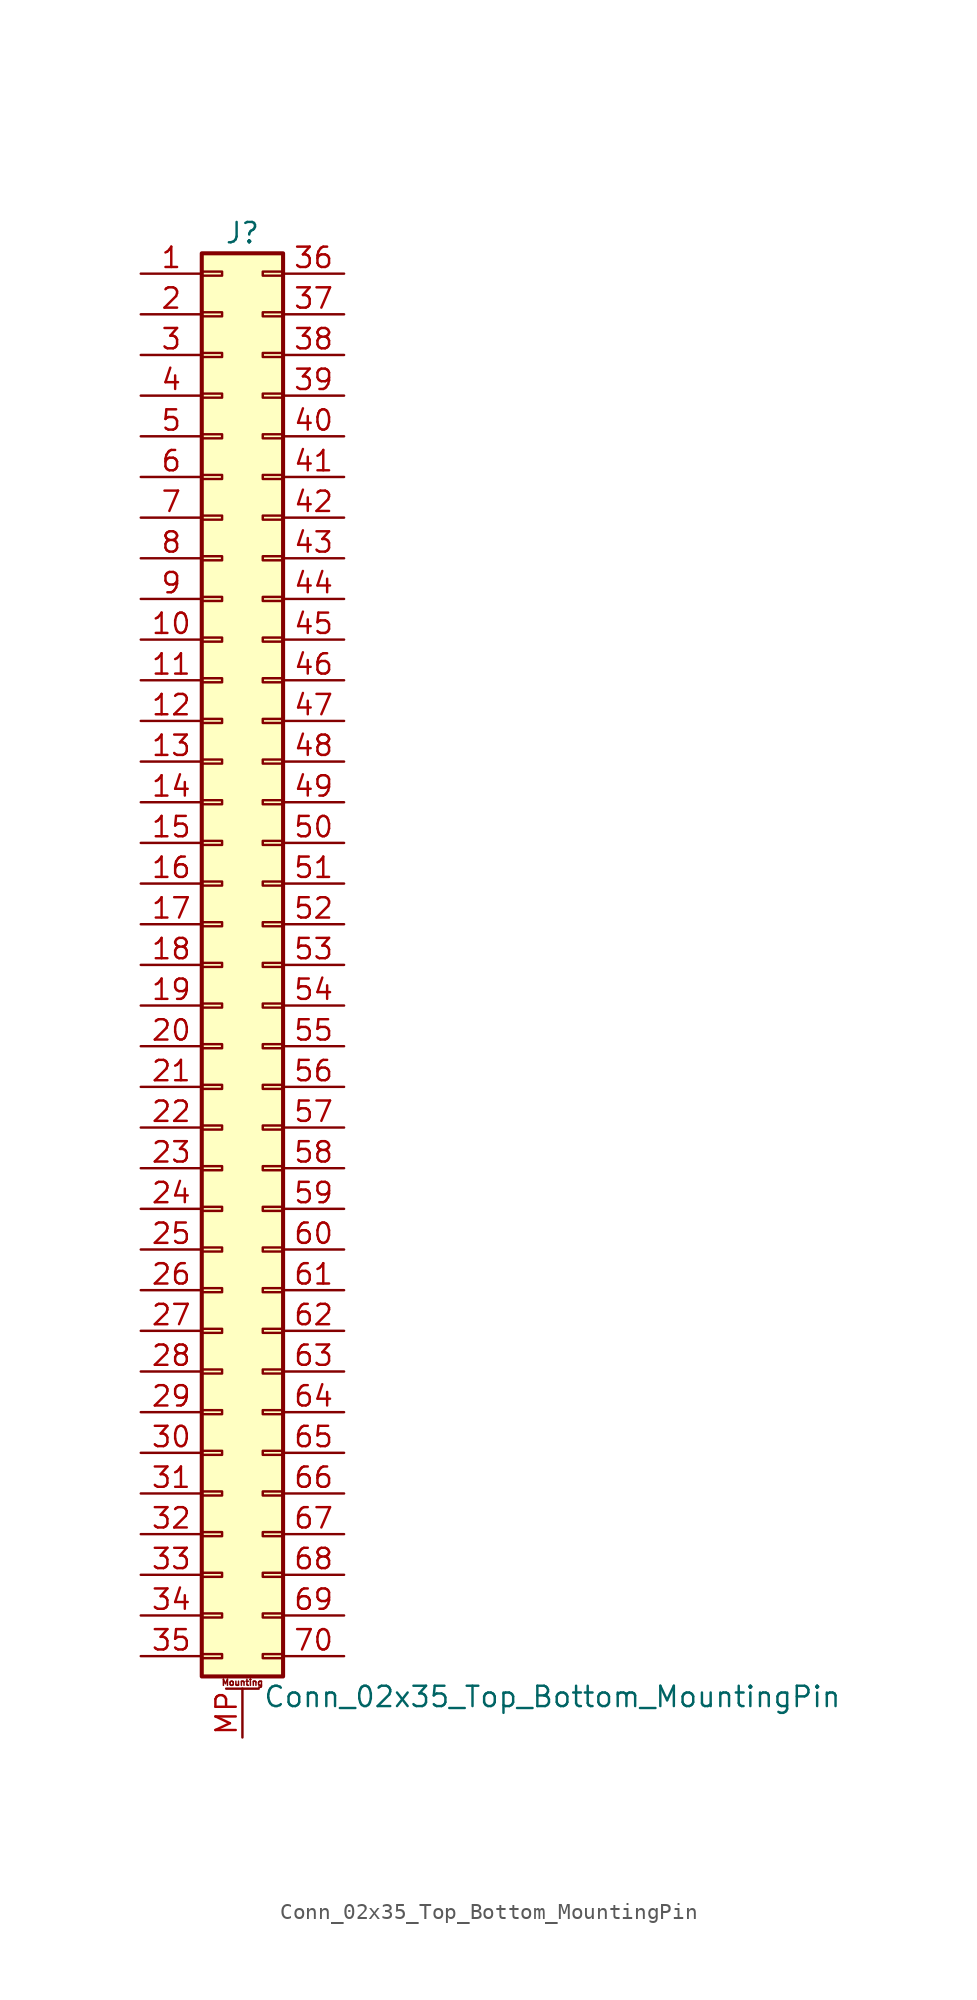
<source format=kicad_sym>
(kicad_symbol_lib
  (version 20201005)
  (generator kicad_symbol_editor)
  (symbol "Conn_02x35_Top_Bottom_MountingPin"
    (pin_names
      (offset 1.016) hide)
    (property "Reference" "J"
      (at 1.27 45.72 0)
      (effects (font (size 1.27 1.27))))
    (property "Value" "Conn_02x35_Top_Bottom_MountingPin"
      (at 2.54 -45.72 0)
      (effects (font (size 1.27 1.27)) (justify left)))
    (symbol "Conn_02x35_Top_Bottom_MountingPin_1_1"
      (text "Mounting" (at 1.27 -44.831 0) (effects (font (size 0.381 0.381))))
      (rectangle (start -1.27 -43.053) (end 0 -43.307) (stroke (width 0.152)) (fill (type none)))
      (rectangle (start -1.27 -40.513) (end 0 -40.767) (stroke (width 0.152)) (fill (type none)))
      (rectangle (start -1.27 -37.973) (end 0 -38.227) (stroke (width 0.152)) (fill (type none)))
      (rectangle (start -1.27 -35.433) (end 0 -35.687) (stroke (width 0.152)) (fill (type none)))
      (rectangle (start -1.27 -32.893) (end 0 -33.147) (stroke (width 0.152)) (fill (type none)))
      (rectangle (start -1.27 -30.353) (end 0 -30.607) (stroke (width 0.152)) (fill (type none)))
      (rectangle (start -1.27 -27.813) (end 0 -28.067) (stroke (width 0.152)) (fill (type none)))
      (rectangle (start -1.27 -25.273) (end 0 -25.527) (stroke (width 0.152)) (fill (type none)))
      (rectangle (start -1.27 -22.733) (end 0 -22.987) (stroke (width 0.152)) (fill (type none)))
      (rectangle (start -1.27 -20.193) (end 0 -20.447) (stroke (width 0.152)) (fill (type none)))
      (rectangle (start -1.27 -17.653) (end 0 -17.907) (stroke (width 0.152)) (fill (type none)))
      (rectangle (start -1.27 -15.113) (end 0 -15.367) (stroke (width 0.152)) (fill (type none)))
      (rectangle (start -1.27 -12.573) (end 0 -12.827) (stroke (width 0.152)) (fill (type none)))
      (rectangle (start -1.27 -10.033) (end 0 -10.287) (stroke (width 0.152)) (fill (type none)))
      (rectangle (start -1.27 -7.493) (end 0 -7.747) (stroke (width 0.152)) (fill (type none)))
      (rectangle (start -1.27 -4.953) (end 0 -5.207) (stroke (width 0.152)) (fill (type none)))
      (rectangle (start -1.27 -2.413) (end 0 -2.667) (stroke (width 0.152)) (fill (type none)))
      (rectangle (start -1.27 0.127) (end 0 -0.127) (stroke (width 0.152)) (fill (type none)))
      (rectangle (start -1.27 2.667) (end 0 2.413) (stroke (width 0.152)) (fill (type none)))
      (rectangle (start -1.27 5.207) (end 0 4.953) (stroke (width 0.152)) (fill (type none)))
      (rectangle (start -1.27 7.747) (end 0 7.493) (stroke (width 0.152)) (fill (type none)))
      (rectangle (start -1.27 10.287) (end 0 10.033) (stroke (width 0.152)) (fill (type none)))
      (rectangle (start -1.27 12.827) (end 0 12.573) (stroke (width 0.152)) (fill (type none)))
      (rectangle (start -1.27 15.367) (end 0 15.113) (stroke (width 0.152)) (fill (type none)))
      (rectangle (start -1.27 17.907) (end 0 17.653) (stroke (width 0.152)) (fill (type none)))
      (rectangle (start -1.27 20.447) (end 0 20.193) (stroke (width 0.152)) (fill (type none)))
      (rectangle (start -1.27 22.987) (end 0 22.733) (stroke (width 0.152)) (fill (type none)))
      (rectangle (start -1.27 25.527) (end 0 25.273) (stroke (width 0.152)) (fill (type none)))
      (rectangle (start -1.27 28.067) (end 0 27.813) (stroke (width 0.152)) (fill (type none)))
      (rectangle (start -1.27 30.607) (end 0 30.353) (stroke (width 0.152)) (fill (type none)))
      (rectangle (start -1.27 33.147) (end 0 32.893) (stroke (width 0.152)) (fill (type none)))
      (rectangle (start -1.27 35.687) (end 0 35.433) (stroke (width 0.152)) (fill (type none)))
      (rectangle (start -1.27 38.227) (end 0 37.973) (stroke (width 0.152)) (fill (type none)))
      (rectangle (start -1.27 40.767) (end 0 40.513) (stroke (width 0.152)) (fill (type none)))
      (rectangle (start -1.27 43.307) (end 0 43.053) (stroke (width 0.152)) (fill (type none)))
      (rectangle (start 3.81 -43.053) (end 2.54 -43.307) (stroke (width 0.152)) (fill (type none)))
      (rectangle (start 3.81 -40.513) (end 2.54 -40.767) (stroke (width 0.152)) (fill (type none)))
      (rectangle (start 3.81 -37.973) (end 2.54 -38.227) (stroke (width 0.152)) (fill (type none)))
      (rectangle (start 3.81 -35.433) (end 2.54 -35.687) (stroke (width 0.152)) (fill (type none)))
      (rectangle (start 3.81 -32.893) (end 2.54 -33.147) (stroke (width 0.152)) (fill (type none)))
      (rectangle (start 3.81 -30.353) (end 2.54 -30.607) (stroke (width 0.152)) (fill (type none)))
      (rectangle (start 3.81 -27.813) (end 2.54 -28.067) (stroke (width 0.152)) (fill (type none)))
      (rectangle (start 3.81 -25.273) (end 2.54 -25.527) (stroke (width 0.152)) (fill (type none)))
      (rectangle (start 3.81 -22.733) (end 2.54 -22.987) (stroke (width 0.152)) (fill (type none)))
      (rectangle (start 3.81 -20.193) (end 2.54 -20.447) (stroke (width 0.152)) (fill (type none)))
      (rectangle (start 3.81 -17.653) (end 2.54 -17.907) (stroke (width 0.152)) (fill (type none)))
      (rectangle (start 3.81 -15.113) (end 2.54 -15.367) (stroke (width 0.152)) (fill (type none)))
      (rectangle (start 3.81 -12.573) (end 2.54 -12.827) (stroke (width 0.152)) (fill (type none)))
      (rectangle (start 3.81 -10.033) (end 2.54 -10.287) (stroke (width 0.152)) (fill (type none)))
      (rectangle (start 3.81 -7.493) (end 2.54 -7.747) (stroke (width 0.152)) (fill (type none)))
      (rectangle (start 3.81 -4.953) (end 2.54 -5.207) (stroke (width 0.152)) (fill (type none)))
      (rectangle (start 3.81 -2.413) (end 2.54 -2.667) (stroke (width 0.152)) (fill (type none)))
      (rectangle (start 3.81 0.127) (end 2.54 -0.127) (stroke (width 0.152)) (fill (type none)))
      (rectangle (start 3.81 2.667) (end 2.54 2.413) (stroke (width 0.152)) (fill (type none)))
      (rectangle (start 3.81 5.207) (end 2.54 4.953) (stroke (width 0.152)) (fill (type none)))
      (rectangle (start 3.81 7.747) (end 2.54 7.493) (stroke (width 0.152)) (fill (type none)))
      (rectangle (start 3.81 10.287) (end 2.54 10.033) (stroke (width 0.152)) (fill (type none)))
      (rectangle (start 3.81 12.827) (end 2.54 12.573) (stroke (width 0.152)) (fill (type none)))
      (rectangle (start 3.81 15.367) (end 2.54 15.113) (stroke (width 0.152)) (fill (type none)))
      (rectangle (start 3.81 17.907) (end 2.54 17.653) (stroke (width 0.152)) (fill (type none)))
      (rectangle (start 3.81 20.447) (end 2.54 20.193) (stroke (width 0.152)) (fill (type none)))
      (rectangle (start 3.81 22.987) (end 2.54 22.733) (stroke (width 0.152)) (fill (type none)))
      (rectangle (start 3.81 25.527) (end 2.54 25.273) (stroke (width 0.152)) (fill (type none)))
      (rectangle (start 3.81 28.067) (end 2.54 27.813) (stroke (width 0.152)) (fill (type none)))
      (rectangle (start 3.81 30.607) (end 2.54 30.353) (stroke (width 0.152)) (fill (type none)))
      (rectangle (start 3.81 33.147) (end 2.54 32.893) (stroke (width 0.152)) (fill (type none)))
      (rectangle (start 3.81 35.687) (end 2.54 35.433) (stroke (width 0.152)) (fill (type none)))
      (rectangle (start 3.81 38.227) (end 2.54 37.973) (stroke (width 0.152)) (fill (type none)))
      (rectangle (start 3.81 40.767) (end 2.54 40.513) (stroke (width 0.152)) (fill (type none)))
      (rectangle (start 3.81 43.307) (end 2.54 43.053) (stroke (width 0.152)) (fill (type none)))
      (rectangle (start -1.27 44.45) (end 3.81 -44.45) (stroke (width 0.254)) (fill (type background)))
      (polyline (pts (xy 0.254 -45.212) (xy 2.286 -45.212)) (stroke (width 0.152)) (fill (type none)))
      (pin passive line (at -5.08 43.18 0) (length 3.81) (name "Pin_1" (effects (font (size 1.27 1.27)))) (number "1" (effects (font (size 1.27 1.27)))))
      (pin passive line (at -5.08 20.32 0) (length 3.81) (name "Pin_10" (effects (font (size 1.27 1.27)))) (number "10" (effects (font (size 1.27 1.27)))))
      (pin passive line (at -5.08 17.78 0) (length 3.81) (name "Pin_11" (effects (font (size 1.27 1.27)))) (number "11" (effects (font (size 1.27 1.27)))))
      (pin passive line (at -5.08 15.24 0) (length 3.81) (name "Pin_12" (effects (font (size 1.27 1.27)))) (number "12" (effects (font (size 1.27 1.27)))))
      (pin passive line (at -5.08 12.7 0) (length 3.81) (name "Pin_13" (effects (font (size 1.27 1.27)))) (number "13" (effects (font (size 1.27 1.27)))))
      (pin passive line (at -5.08 10.16 0) (length 3.81) (name "Pin_14" (effects (font (size 1.27 1.27)))) (number "14" (effects (font (size 1.27 1.27)))))
      (pin passive line (at -5.08 7.62 0) (length 3.81) (name "Pin_15" (effects (font (size 1.27 1.27)))) (number "15" (effects (font (size 1.27 1.27)))))
      (pin passive line (at -5.08 5.08 0) (length 3.81) (name "Pin_16" (effects (font (size 1.27 1.27)))) (number "16" (effects (font (size 1.27 1.27)))))
      (pin passive line (at -5.08 2.54 0) (length 3.81) (name "Pin_17" (effects (font (size 1.27 1.27)))) (number "17" (effects (font (size 1.27 1.27)))))
      (pin passive line (at -5.08 0 0) (length 3.81) (name "Pin_18" (effects (font (size 1.27 1.27)))) (number "18" (effects (font (size 1.27 1.27)))))
      (pin passive line (at -5.08 -2.54 0) (length 3.81) (name "Pin_19" (effects (font (size 1.27 1.27)))) (number "19" (effects (font (size 1.27 1.27)))))
      (pin passive line (at -5.08 40.64 0) (length 3.81) (name "Pin_2" (effects (font (size 1.27 1.27)))) (number "2" (effects (font (size 1.27 1.27)))))
      (pin passive line (at -5.08 -5.08 0) (length 3.81) (name "Pin_20" (effects (font (size 1.27 1.27)))) (number "20" (effects (font (size 1.27 1.27)))))
      (pin passive line (at -5.08 -7.62 0) (length 3.81) (name "Pin_21" (effects (font (size 1.27 1.27)))) (number "21" (effects (font (size 1.27 1.27)))))
      (pin passive line (at -5.08 -10.16 0) (length 3.81) (name "Pin_22" (effects (font (size 1.27 1.27)))) (number "22" (effects (font (size 1.27 1.27)))))
      (pin passive line (at -5.08 -12.7 0) (length 3.81) (name "Pin_23" (effects (font (size 1.27 1.27)))) (number "23" (effects (font (size 1.27 1.27)))))
      (pin passive line (at -5.08 -15.24 0) (length 3.81) (name "Pin_24" (effects (font (size 1.27 1.27)))) (number "24" (effects (font (size 1.27 1.27)))))
      (pin passive line (at -5.08 -17.78 0) (length 3.81) (name "Pin_25" (effects (font (size 1.27 1.27)))) (number "25" (effects (font (size 1.27 1.27)))))
      (pin passive line (at -5.08 -20.32 0) (length 3.81) (name "Pin_26" (effects (font (size 1.27 1.27)))) (number "26" (effects (font (size 1.27 1.27)))))
      (pin passive line (at -5.08 -22.86 0) (length 3.81) (name "Pin_27" (effects (font (size 1.27 1.27)))) (number "27" (effects (font (size 1.27 1.27)))))
      (pin passive line (at -5.08 -25.4 0) (length 3.81) (name "Pin_28" (effects (font (size 1.27 1.27)))) (number "28" (effects (font (size 1.27 1.27)))))
      (pin passive line (at -5.08 -27.94 0) (length 3.81) (name "Pin_29" (effects (font (size 1.27 1.27)))) (number "29" (effects (font (size 1.27 1.27)))))
      (pin passive line (at -5.08 38.1 0) (length 3.81) (name "Pin_3" (effects (font (size 1.27 1.27)))) (number "3" (effects (font (size 1.27 1.27)))))
      (pin passive line (at -5.08 -30.48 0) (length 3.81) (name "Pin_30" (effects (font (size 1.27 1.27)))) (number "30" (effects (font (size 1.27 1.27)))))
      (pin passive line (at -5.08 -33.02 0) (length 3.81) (name "Pin_31" (effects (font (size 1.27 1.27)))) (number "31" (effects (font (size 1.27 1.27)))))
      (pin passive line (at -5.08 -35.56 0) (length 3.81) (name "Pin_32" (effects (font (size 1.27 1.27)))) (number "32" (effects (font (size 1.27 1.27)))))
      (pin passive line (at -5.08 -38.1 0) (length 3.81) (name "Pin_33" (effects (font (size 1.27 1.27)))) (number "33" (effects (font (size 1.27 1.27)))))
      (pin passive line (at -5.08 -40.64 0) (length 3.81) (name "Pin_34" (effects (font (size 1.27 1.27)))) (number "34" (effects (font (size 1.27 1.27)))))
      (pin passive line (at -5.08 -43.18 0) (length 3.81) (name "Pin_35" (effects (font (size 1.27 1.27)))) (number "35" (effects (font (size 1.27 1.27)))))
      (pin passive line (at 7.62 43.18 180) (length 3.81) (name "Pin_36" (effects (font (size 1.27 1.27)))) (number "36" (effects (font (size 1.27 1.27)))))
      (pin passive line (at 7.62 40.64 180) (length 3.81) (name "Pin_37" (effects (font (size 1.27 1.27)))) (number "37" (effects (font (size 1.27 1.27)))))
      (pin passive line (at 7.62 38.1 180) (length 3.81) (name "Pin_38" (effects (font (size 1.27 1.27)))) (number "38" (effects (font (size 1.27 1.27)))))
      (pin passive line (at 7.62 35.56 180) (length 3.81) (name "Pin_39" (effects (font (size 1.27 1.27)))) (number "39" (effects (font (size 1.27 1.27)))))
      (pin passive line (at -5.08 35.56 0) (length 3.81) (name "Pin_4" (effects (font (size 1.27 1.27)))) (number "4" (effects (font (size 1.27 1.27)))))
      (pin passive line (at 7.62 33.02 180) (length 3.81) (name "Pin_40" (effects (font (size 1.27 1.27)))) (number "40" (effects (font (size 1.27 1.27)))))
      (pin passive line (at 7.62 30.48 180) (length 3.81) (name "Pin_41" (effects (font (size 1.27 1.27)))) (number "41" (effects (font (size 1.27 1.27)))))
      (pin passive line (at 7.62 27.94 180) (length 3.81) (name "Pin_42" (effects (font (size 1.27 1.27)))) (number "42" (effects (font (size 1.27 1.27)))))
      (pin passive line (at 7.62 25.4 180) (length 3.81) (name "Pin_43" (effects (font (size 1.27 1.27)))) (number "43" (effects (font (size 1.27 1.27)))))
      (pin passive line (at 7.62 22.86 180) (length 3.81) (name "Pin_44" (effects (font (size 1.27 1.27)))) (number "44" (effects (font (size 1.27 1.27)))))
      (pin passive line (at 7.62 20.32 180) (length 3.81) (name "Pin_45" (effects (font (size 1.27 1.27)))) (number "45" (effects (font (size 1.27 1.27)))))
      (pin passive line (at 7.62 17.78 180) (length 3.81) (name "Pin_46" (effects (font (size 1.27 1.27)))) (number "46" (effects (font (size 1.27 1.27)))))
      (pin passive line (at 7.62 15.24 180) (length 3.81) (name "Pin_47" (effects (font (size 1.27 1.27)))) (number "47" (effects (font (size 1.27 1.27)))))
      (pin passive line (at 7.62 12.7 180) (length 3.81) (name "Pin_48" (effects (font (size 1.27 1.27)))) (number "48" (effects (font (size 1.27 1.27)))))
      (pin passive line (at 7.62 10.16 180) (length 3.81) (name "Pin_49" (effects (font (size 1.27 1.27)))) (number "49" (effects (font (size 1.27 1.27)))))
      (pin passive line (at -5.08 33.02 0) (length 3.81) (name "Pin_5" (effects (font (size 1.27 1.27)))) (number "5" (effects (font (size 1.27 1.27)))))
      (pin passive line (at 7.62 7.62 180) (length 3.81) (name "Pin_50" (effects (font (size 1.27 1.27)))) (number "50" (effects (font (size 1.27 1.27)))))
      (pin passive line (at 7.62 5.08 180) (length 3.81) (name "Pin_51" (effects (font (size 1.27 1.27)))) (number "51" (effects (font (size 1.27 1.27)))))
      (pin passive line (at 7.62 2.54 180) (length 3.81) (name "Pin_52" (effects (font (size 1.27 1.27)))) (number "52" (effects (font (size 1.27 1.27)))))
      (pin passive line (at 7.62 0 180) (length 3.81) (name "Pin_53" (effects (font (size 1.27 1.27)))) (number "53" (effects (font (size 1.27 1.27)))))
      (pin passive line (at 7.62 -2.54 180) (length 3.81) (name "Pin_54" (effects (font (size 1.27 1.27)))) (number "54" (effects (font (size 1.27 1.27)))))
      (pin passive line (at 7.62 -5.08 180) (length 3.81) (name "Pin_55" (effects (font (size 1.27 1.27)))) (number "55" (effects (font (size 1.27 1.27)))))
      (pin passive line (at 7.62 -7.62 180) (length 3.81) (name "Pin_56" (effects (font (size 1.27 1.27)))) (number "56" (effects (font (size 1.27 1.27)))))
      (pin passive line (at 7.62 -10.16 180) (length 3.81) (name "Pin_57" (effects (font (size 1.27 1.27)))) (number "57" (effects (font (size 1.27 1.27)))))
      (pin passive line (at 7.62 -12.7 180) (length 3.81) (name "Pin_58" (effects (font (size 1.27 1.27)))) (number "58" (effects (font (size 1.27 1.27)))))
      (pin passive line (at 7.62 -15.24 180) (length 3.81) (name "Pin_59" (effects (font (size 1.27 1.27)))) (number "59" (effects (font (size 1.27 1.27)))))
      (pin passive line (at -5.08 30.48 0) (length 3.81) (name "Pin_6" (effects (font (size 1.27 1.27)))) (number "6" (effects (font (size 1.27 1.27)))))
      (pin passive line (at 7.62 -17.78 180) (length 3.81) (name "Pin_60" (effects (font (size 1.27 1.27)))) (number "60" (effects (font (size 1.27 1.27)))))
      (pin passive line (at 7.62 -20.32 180) (length 3.81) (name "Pin_61" (effects (font (size 1.27 1.27)))) (number "61" (effects (font (size 1.27 1.27)))))
      (pin passive line (at 7.62 -22.86 180) (length 3.81) (name "Pin_62" (effects (font (size 1.27 1.27)))) (number "62" (effects (font (size 1.27 1.27)))))
      (pin passive line (at 7.62 -25.4 180) (length 3.81) (name "Pin_63" (effects (font (size 1.27 1.27)))) (number "63" (effects (font (size 1.27 1.27)))))
      (pin passive line (at 7.62 -27.94 180) (length 3.81) (name "Pin_64" (effects (font (size 1.27 1.27)))) (number "64" (effects (font (size 1.27 1.27)))))
      (pin passive line (at 7.62 -30.48 180) (length 3.81) (name "Pin_65" (effects (font (size 1.27 1.27)))) (number "65" (effects (font (size 1.27 1.27)))))
      (pin passive line (at 7.62 -33.02 180) (length 3.81) (name "Pin_66" (effects (font (size 1.27 1.27)))) (number "66" (effects (font (size 1.27 1.27)))))
      (pin passive line (at 7.62 -35.56 180) (length 3.81) (name "Pin_67" (effects (font (size 1.27 1.27)))) (number "67" (effects (font (size 1.27 1.27)))))
      (pin passive line (at 7.62 -38.1 180) (length 3.81) (name "Pin_68" (effects (font (size 1.27 1.27)))) (number "68" (effects (font (size 1.27 1.27)))))
      (pin passive line (at 7.62 -40.64 180) (length 3.81) (name "Pin_69" (effects (font (size 1.27 1.27)))) (number "69" (effects (font (size 1.27 1.27)))))
      (pin passive line (at -5.08 27.94 0) (length 3.81) (name "Pin_7" (effects (font (size 1.27 1.27)))) (number "7" (effects (font (size 1.27 1.27)))))
      (pin passive line (at 7.62 -43.18 180) (length 3.81) (name "Pin_70" (effects (font (size 1.27 1.27)))) (number "70" (effects (font (size 1.27 1.27)))))
      (pin passive line (at -5.08 25.4 0) (length 3.81) (name "Pin_8" (effects (font (size 1.27 1.27)))) (number "8" (effects (font (size 1.27 1.27)))))
      (pin passive line (at -5.08 22.86 0) (length 3.81) (name "Pin_9" (effects (font (size 1.27 1.27)))) (number "9" (effects (font (size 1.27 1.27)))))
      (pin passive line (at 1.27 -48.26 90) (length 3.048) (name "MountPin" (effects (font (size 1.27 1.27)))) (number "MP" (effects (font (size 1.27 1.27))))))))
</source>
